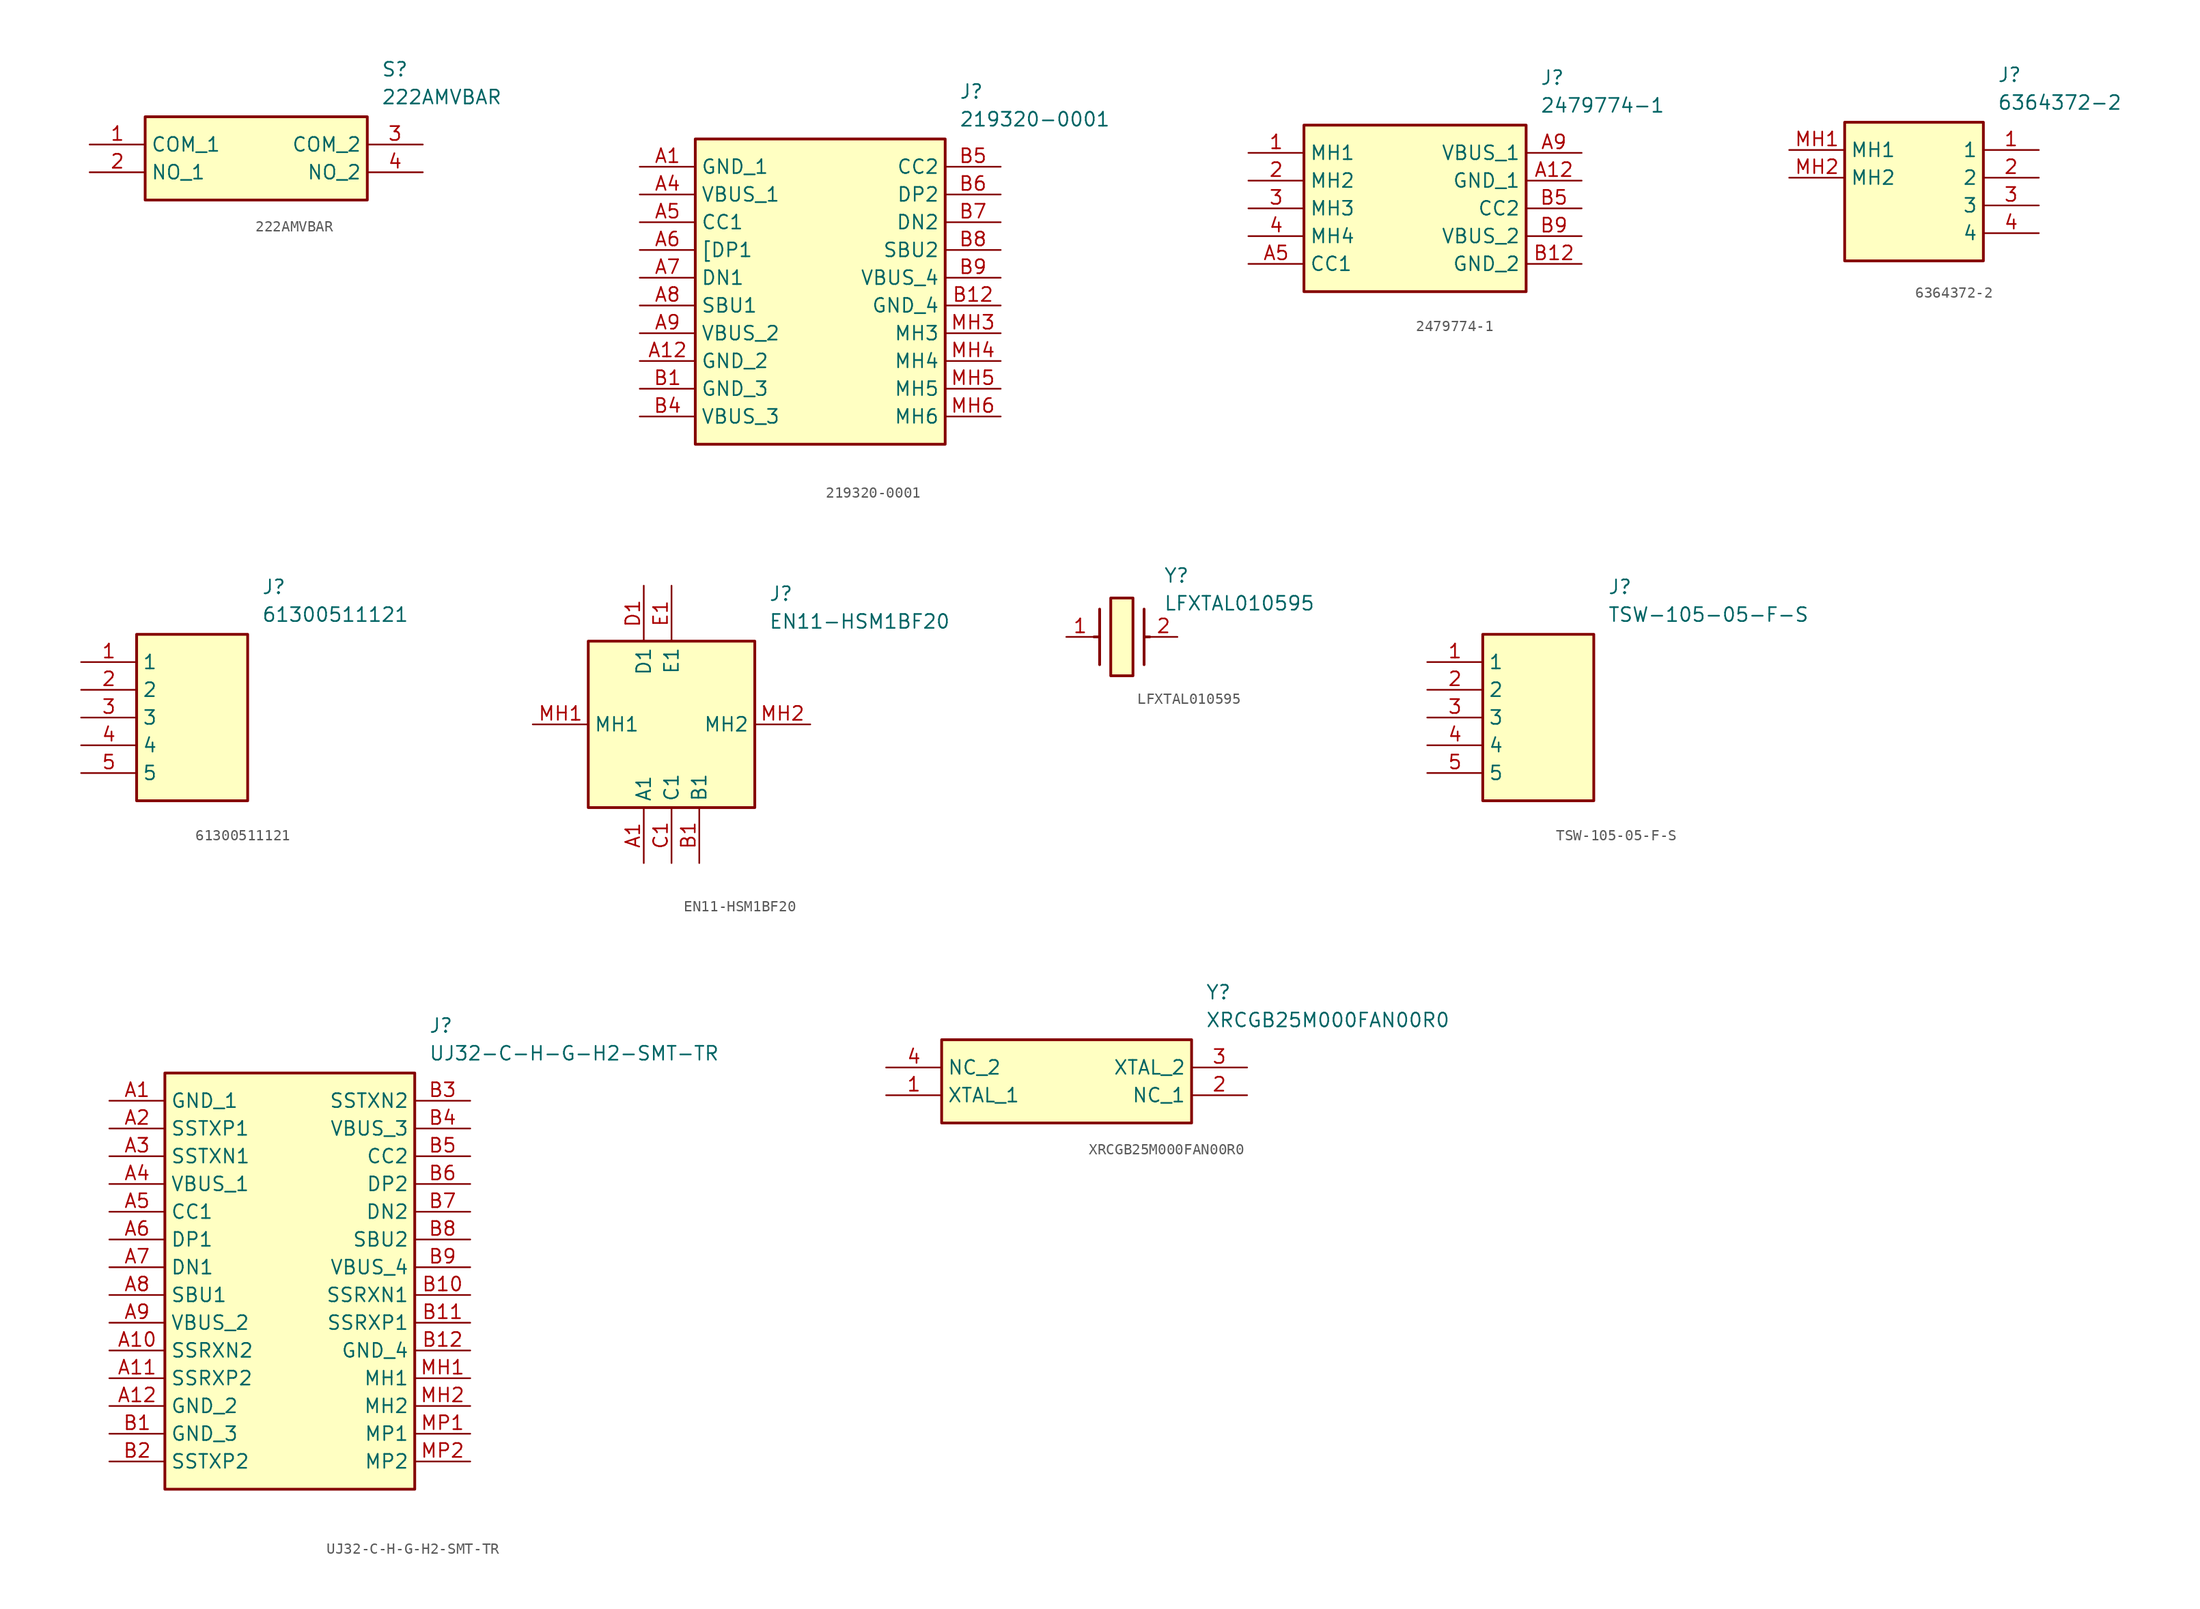
<source format=kicad_sym>
(kicad_symbol_lib
  (version 20231120)
  (generator "kicad_symbol_editor")
  (generator_version "8.0")
  (symbol "222AMVBAR"
    (property "Reference" "S"
      (at 26.67 7.62 0)
      (effects (font (size 1.27 1.27)) (justify left top)))
    (property "Value" "222AMVBAR"
      (at 26.67 5.08 0)
      (effects (font (size 1.27 1.27)) (justify left top)))
    (symbol "222AMVBAR_1_1"
      (rectangle (start 5.08 2.54) (end 25.4 -5.08) (stroke (width 0.254) (type default)) (fill (type background)))
      (pin passive line (at 0 0 0) (length 5.08) (name "COM_1" (effects (font (size 1.27 1.27)))) (number "1" (effects (font (size 1.27 1.27)))))
      (pin passive line (at 0 -2.54 0) (length 5.08) (name "NO_1" (effects (font (size 1.27 1.27)))) (number "2" (effects (font (size 1.27 1.27)))))
      (pin passive line (at 30.48 0 180) (length 5.08) (name "COM_2" (effects (font (size 1.27 1.27)))) (number "3" (effects (font (size 1.27 1.27)))))
      (pin passive line (at 30.48 -2.54 180) (length 5.08) (name "NO_2" (effects (font (size 1.27 1.27)))) (number "4" (effects (font (size 1.27 1.27)))))))
  (symbol "219320-0001"
    (property "Reference" "J"
      (at 29.21 7.62 0)
      (effects (font (size 1.27 1.27)) (justify left top)))
    (property "Value" "219320-0001"
      (at 29.21 5.08 0)
      (effects (font (size 1.27 1.27)) (justify left top)))
    (symbol "219320-0001_1_1"
      (rectangle (start 5.08 2.54) (end 27.94 -25.4) (stroke (width 0.254) (type default)) (fill (type background)))
      (pin passive line (at 0 0 0) (length 5.08) (name "GND_1" (effects (font (size 1.27 1.27)))) (number "A1" (effects (font (size 1.27 1.27)))))
      (pin passive line (at 0 -17.78 0) (length 5.08) (name "GND_2" (effects (font (size 1.27 1.27)))) (number "A12" (effects (font (size 1.27 1.27)))))
      (pin passive line (at 0 -2.54 0) (length 5.08) (name "VBUS_1" (effects (font (size 1.27 1.27)))) (number "A4" (effects (font (size 1.27 1.27)))))
      (pin passive line (at 0 -5.08 0) (length 5.08) (name "CC1" (effects (font (size 1.27 1.27)))) (number "A5" (effects (font (size 1.27 1.27)))))
      (pin passive line (at 0 -7.62 0) (length 5.08) (name "[DP1" (effects (font (size 1.27 1.27)))) (number "A6" (effects (font (size 1.27 1.27)))))
      (pin passive line (at 0 -10.16 0) (length 5.08) (name "DN1" (effects (font (size 1.27 1.27)))) (number "A7" (effects (font (size 1.27 1.27)))))
      (pin passive line (at 0 -12.7 0) (length 5.08) (name "SBU1" (effects (font (size 1.27 1.27)))) (number "A8" (effects (font (size 1.27 1.27)))))
      (pin passive line (at 0 -15.24 0) (length 5.08) (name "VBUS_2" (effects (font (size 1.27 1.27)))) (number "A9" (effects (font (size 1.27 1.27)))))
      (pin passive line (at 0 -20.32 0) (length 5.08) (name "GND_3" (effects (font (size 1.27 1.27)))) (number "B1" (effects (font (size 1.27 1.27)))))
      (pin passive line (at 33.02 -12.7 180) (length 5.08) (name "GND_4" (effects (font (size 1.27 1.27)))) (number "B12" (effects (font (size 1.27 1.27)))))
      (pin passive line (at 0 -22.86 0) (length 5.08) (name "VBUS_3" (effects (font (size 1.27 1.27)))) (number "B4" (effects (font (size 1.27 1.27)))))
      (pin passive line (at 33.02 0 180) (length 5.08) (name "CC2" (effects (font (size 1.27 1.27)))) (number "B5" (effects (font (size 1.27 1.27)))))
      (pin passive line (at 33.02 -2.54 180) (length 5.08) (name "DP2" (effects (font (size 1.27 1.27)))) (number "B6" (effects (font (size 1.27 1.27)))))
      (pin passive line (at 33.02 -5.08 180) (length 5.08) (name "DN2" (effects (font (size 1.27 1.27)))) (number "B7" (effects (font (size 1.27 1.27)))))
      (pin passive line (at 33.02 -7.62 180) (length 5.08) (name "SBU2" (effects (font (size 1.27 1.27)))) (number "B8" (effects (font (size 1.27 1.27)))))
      (pin passive line (at 33.02 -10.16 180) (length 5.08) (name "VBUS_4" (effects (font (size 1.27 1.27)))) (number "B9" (effects (font (size 1.27 1.27)))))
      (pin passive line (at 33.02 -15.24 180) (length 5.08) (name "MH3" (effects (font (size 1.27 1.27)))) (number "MH3" (effects (font (size 1.27 1.27)))))
      (pin passive line (at 33.02 -17.78 180) (length 5.08) (name "MH4" (effects (font (size 1.27 1.27)))) (number "MH4" (effects (font (size 1.27 1.27)))))
      (pin passive line (at 33.02 -20.32 180) (length 5.08) (name "MH5" (effects (font (size 1.27 1.27)))) (number "MH5" (effects (font (size 1.27 1.27)))))
      (pin passive line (at 33.02 -22.86 180) (length 5.08) (name "MH6" (effects (font (size 1.27 1.27)))) (number "MH6" (effects (font (size 1.27 1.27)))))))
  (symbol "2479774-1"
    (property "Reference" "J"
      (at 26.67 7.62 0)
      (effects (font (size 1.27 1.27)) (justify left top)))
    (property "Value" "2479774-1"
      (at 26.67 5.08 0)
      (effects (font (size 1.27 1.27)) (justify left top)))
    (symbol "2479774-1_1_1"
      (rectangle (start 5.08 2.54) (end 25.4 -12.7) (stroke (width 0.254) (type default)) (fill (type background)))
      (pin passive line (at 0 0 0) (length 5.08) (name "MH1" (effects (font (size 1.27 1.27)))) (number "1" (effects (font (size 1.27 1.27)))))
      (pin passive line (at 0 -2.54 0) (length 5.08) (name "MH2" (effects (font (size 1.27 1.27)))) (number "2" (effects (font (size 1.27 1.27)))))
      (pin passive line (at 0 -5.08 0) (length 5.08) (name "MH3" (effects (font (size 1.27 1.27)))) (number "3" (effects (font (size 1.27 1.27)))))
      (pin passive line (at 0 -7.62 0) (length 5.08) (name "MH4" (effects (font (size 1.27 1.27)))) (number "4" (effects (font (size 1.27 1.27)))))
      (pin passive line (at 30.48 -2.54 180) (length 5.08) (name "GND_1" (effects (font (size 1.27 1.27)))) (number "A12" (effects (font (size 1.27 1.27)))))
      (pin passive line (at 0 -10.16 0) (length 5.08) (name "CC1" (effects (font (size 1.27 1.27)))) (number "A5" (effects (font (size 1.27 1.27)))))
      (pin passive line (at 30.48 0 180) (length 5.08) (name "VBUS_1" (effects (font (size 1.27 1.27)))) (number "A9" (effects (font (size 1.27 1.27)))))
      (pin passive line (at 30.48 -10.16 180) (length 5.08) (name "GND_2" (effects (font (size 1.27 1.27)))) (number "B12" (effects (font (size 1.27 1.27)))))
      (pin passive line (at 30.48 -5.08 180) (length 5.08) (name "CC2" (effects (font (size 1.27 1.27)))) (number "B5" (effects (font (size 1.27 1.27)))))
      (pin passive line (at 30.48 -7.62 180) (length 5.08) (name "VBUS_2" (effects (font (size 1.27 1.27)))) (number "B9" (effects (font (size 1.27 1.27)))))))
  (symbol "6364372-2"
    (property "Reference" "J"
      (at 19.05 7.62 0)
      (effects (font (size 1.27 1.27)) (justify left top)))
    (property "Value" "6364372-2"
      (at 19.05 5.08 0)
      (effects (font (size 1.27 1.27)) (justify left top)))
    (symbol "6364372-2_1_1"
      (rectangle (start 5.08 2.54) (end 17.78 -10.16) (stroke (width 0.254) (type default)) (fill (type background)))
      (pin passive line (at 22.86 0 180) (length 5.08) (name "1" (effects (font (size 1.27 1.27)))) (number "1" (effects (font (size 1.27 1.27)))))
      (pin passive line (at 22.86 -2.54 180) (length 5.08) (name "2" (effects (font (size 1.27 1.27)))) (number "2" (effects (font (size 1.27 1.27)))))
      (pin passive line (at 22.86 -5.08 180) (length 5.08) (name "3" (effects (font (size 1.27 1.27)))) (number "3" (effects (font (size 1.27 1.27)))))
      (pin passive line (at 22.86 -7.62 180) (length 5.08) (name "4" (effects (font (size 1.27 1.27)))) (number "4" (effects (font (size 1.27 1.27)))))
      (pin passive line (at 0 0 0) (length 5.08) (name "MH1" (effects (font (size 1.27 1.27)))) (number "MH1" (effects (font (size 1.27 1.27)))))
      (pin passive line (at 0 -2.54 0) (length 5.08) (name "MH2" (effects (font (size 1.27 1.27)))) (number "MH2" (effects (font (size 1.27 1.27)))))))
  (symbol "61300511121"
    (property "Reference" "J"
      (at 16.51 7.62 0)
      (effects (font (size 1.27 1.27)) (justify left top)))
    (property "Value" "61300511121"
      (at 16.51 5.08 0)
      (effects (font (size 1.27 1.27)) (justify left top)))
    (symbol "61300511121_1_1"
      (rectangle (start 5.08 2.54) (end 15.24 -12.7) (stroke (width 0.254) (type default)) (fill (type background)))
      (pin passive line (at 0 0 0) (length 5.08) (name "1" (effects (font (size 1.27 1.27)))) (number "1" (effects (font (size 1.27 1.27)))))
      (pin passive line (at 0 -2.54 0) (length 5.08) (name "2" (effects (font (size 1.27 1.27)))) (number "2" (effects (font (size 1.27 1.27)))))
      (pin passive line (at 0 -5.08 0) (length 5.08) (name "3" (effects (font (size 1.27 1.27)))) (number "3" (effects (font (size 1.27 1.27)))))
      (pin passive line (at 0 -7.62 0) (length 5.08) (name "4" (effects (font (size 1.27 1.27)))) (number "4" (effects (font (size 1.27 1.27)))))
      (pin passive line (at 0 -10.16 0) (length 5.08) (name "5" (effects (font (size 1.27 1.27)))) (number "5" (effects (font (size 1.27 1.27)))))))
  (symbol "EN11-HSM1BF20"
    (property "Reference" "J"
      (at 21.59 12.7 0)
      (effects (font (size 1.27 1.27)) (justify left top)))
    (property "Value" "EN11-HSM1BF20"
      (at 21.59 10.16 0)
      (effects (font (size 1.27 1.27)) (justify left top)))
    (symbol "EN11-HSM1BF20_1_1"
      (rectangle (start 5.08 7.62) (end 20.32 -7.62) (stroke (width 0.254) (type default)) (fill (type background)))
      (pin passive line (at 10.16 -12.7 90) (length 5.08) (name "A1" (effects (font (size 1.27 1.27)))) (number "A1" (effects (font (size 1.27 1.27)))))
      (pin passive line (at 15.24 -12.7 90) (length 5.08) (name "B1" (effects (font (size 1.27 1.27)))) (number "B1" (effects (font (size 1.27 1.27)))))
      (pin passive line (at 12.7 -12.7 90) (length 5.08) (name "C1" (effects (font (size 1.27 1.27)))) (number "C1" (effects (font (size 1.27 1.27)))))
      (pin passive line (at 10.16 12.7 270) (length 5.08) (name "D1" (effects (font (size 1.27 1.27)))) (number "D1" (effects (font (size 1.27 1.27)))))
      (pin passive line (at 12.7 12.7 270) (length 5.08) (name "E1" (effects (font (size 1.27 1.27)))) (number "E1" (effects (font (size 1.27 1.27)))))
      (pin passive line (at 0 0 0) (length 5.08) (name "MH1" (effects (font (size 1.27 1.27)))) (number "MH1" (effects (font (size 1.27 1.27)))))
      (pin passive line (at 25.4 0 180) (length 5.08) (name "MH2" (effects (font (size 1.27 1.27)))) (number "MH2" (effects (font (size 1.27 1.27)))))))
  (symbol "LFXTAL010595"
    (pin_names hide)
    (property "Reference" "Y"
      (at 8.89 6.35 0)
      (effects (font (size 1.27 1.27)) (justify left top)))
    (property "Value" "LFXTAL010595"
      (at 8.89 3.81 0)
      (effects (font (size 1.27 1.27)) (justify left top)))
    (symbol "LFXTAL010595_1_1"
      (polyline (pts (xy 3.048 0) (xy 2.54 0)) (stroke (width 0.254) (type default)) (fill (type none)))
      (polyline (pts (xy 3.048 2.54) (xy 3.048 -2.54)) (stroke (width 0.254) (type default)) (fill (type none)))
      (polyline (pts (xy 7.112 0) (xy 7.62 0)) (stroke (width 0.254) (type default)) (fill (type none)))
      (polyline (pts (xy 7.112 2.54) (xy 7.112 -2.54)) (stroke (width 0.254) (type default)) (fill (type none)))
      (rectangle (start 4.064 3.556) (end 6.096 -3.556) (stroke (width 0.254) (type default)) (fill (type background)))
      (pin passive line (at 0 0 0) (length 2.54) (name "1" (effects (font (size 1.27 1.27)))) (number "1" (effects (font (size 1.27 1.27)))))
      (pin passive line (at 10.16 0 180) (length 2.54) (name "2" (effects (font (size 1.27 1.27)))) (number "2" (effects (font (size 1.27 1.27)))))))
  (symbol "TSW-105-05-F-S"
    (property "Reference" "J"
      (at 16.51 7.62 0)
      (effects (font (size 1.27 1.27)) (justify left top)))
    (property "Value" "TSW-105-05-F-S"
      (at 16.51 5.08 0)
      (effects (font (size 1.27 1.27)) (justify left top)))
    (symbol "TSW-105-05-F-S_1_1"
      (rectangle (start 5.08 2.54) (end 15.24 -12.7) (stroke (width 0.254) (type default)) (fill (type background)))
      (pin passive line (at 0 0 0) (length 5.08) (name "1" (effects (font (size 1.27 1.27)))) (number "1" (effects (font (size 1.27 1.27)))))
      (pin passive line (at 0 -2.54 0) (length 5.08) (name "2" (effects (font (size 1.27 1.27)))) (number "2" (effects (font (size 1.27 1.27)))))
      (pin passive line (at 0 -5.08 0) (length 5.08) (name "3" (effects (font (size 1.27 1.27)))) (number "3" (effects (font (size 1.27 1.27)))))
      (pin passive line (at 0 -7.62 0) (length 5.08) (name "4" (effects (font (size 1.27 1.27)))) (number "4" (effects (font (size 1.27 1.27)))))
      (pin passive line (at 0 -10.16 0) (length 5.08) (name "5" (effects (font (size 1.27 1.27)))) (number "5" (effects (font (size 1.27 1.27)))))))
  (symbol "UJ32-C-H-G-H2-SMT-TR"
    (property "Reference" "J"
      (at 29.21 7.62 0)
      (effects (font (size 1.27 1.27)) (justify left top)))
    (property "Value" "UJ32-C-H-G-H2-SMT-TR"
      (at 29.21 5.08 0)
      (effects (font (size 1.27 1.27)) (justify left top)))
    (symbol "UJ32-C-H-G-H2-SMT-TR_1_1"
      (rectangle (start 5.08 2.54) (end 27.94 -35.56) (stroke (width 0.254) (type default)) (fill (type background)))
      (pin passive line (at 0 0 0) (length 5.08) (name "GND_1" (effects (font (size 1.27 1.27)))) (number "A1" (effects (font (size 1.27 1.27)))))
      (pin passive line (at 0 -22.86 0) (length 5.08) (name "SSRXN2" (effects (font (size 1.27 1.27)))) (number "A10" (effects (font (size 1.27 1.27)))))
      (pin passive line (at 0 -25.4 0) (length 5.08) (name "SSRXP2" (effects (font (size 1.27 1.27)))) (number "A11" (effects (font (size 1.27 1.27)))))
      (pin passive line (at 0 -27.94 0) (length 5.08) (name "GND_2" (effects (font (size 1.27 1.27)))) (number "A12" (effects (font (size 1.27 1.27)))))
      (pin passive line (at 0 -2.54 0) (length 5.08) (name "SSTXP1" (effects (font (size 1.27 1.27)))) (number "A2" (effects (font (size 1.27 1.27)))))
      (pin passive line (at 0 -5.08 0) (length 5.08) (name "SSTXN1" (effects (font (size 1.27 1.27)))) (number "A3" (effects (font (size 1.27 1.27)))))
      (pin passive line (at 0 -7.62 0) (length 5.08) (name "VBUS_1" (effects (font (size 1.27 1.27)))) (number "A4" (effects (font (size 1.27 1.27)))))
      (pin passive line (at 0 -10.16 0) (length 5.08) (name "CC1" (effects (font (size 1.27 1.27)))) (number "A5" (effects (font (size 1.27 1.27)))))
      (pin passive line (at 0 -12.7 0) (length 5.08) (name "DP1" (effects (font (size 1.27 1.27)))) (number "A6" (effects (font (size 1.27 1.27)))))
      (pin passive line (at 0 -15.24 0) (length 5.08) (name "DN1" (effects (font (size 1.27 1.27)))) (number "A7" (effects (font (size 1.27 1.27)))))
      (pin passive line (at 0 -17.78 0) (length 5.08) (name "SBU1" (effects (font (size 1.27 1.27)))) (number "A8" (effects (font (size 1.27 1.27)))))
      (pin passive line (at 0 -20.32 0) (length 5.08) (name "VBUS_2" (effects (font (size 1.27 1.27)))) (number "A9" (effects (font (size 1.27 1.27)))))
      (pin passive line (at 0 -30.48 0) (length 5.08) (name "GND_3" (effects (font (size 1.27 1.27)))) (number "B1" (effects (font (size 1.27 1.27)))))
      (pin passive line (at 33.02 -17.78 180) (length 5.08) (name "SSRXN1" (effects (font (size 1.27 1.27)))) (number "B10" (effects (font (size 1.27 1.27)))))
      (pin passive line (at 33.02 -20.32 180) (length 5.08) (name "SSRXP1" (effects (font (size 1.27 1.27)))) (number "B11" (effects (font (size 1.27 1.27)))))
      (pin passive line (at 33.02 -22.86 180) (length 5.08) (name "GND_4" (effects (font (size 1.27 1.27)))) (number "B12" (effects (font (size 1.27 1.27)))))
      (pin passive line (at 0 -33.02 0) (length 5.08) (name "SSTXP2" (effects (font (size 1.27 1.27)))) (number "B2" (effects (font (size 1.27 1.27)))))
      (pin passive line (at 33.02 0 180) (length 5.08) (name "SSTXN2" (effects (font (size 1.27 1.27)))) (number "B3" (effects (font (size 1.27 1.27)))))
      (pin passive line (at 33.02 -2.54 180) (length 5.08) (name "VBUS_3" (effects (font (size 1.27 1.27)))) (number "B4" (effects (font (size 1.27 1.27)))))
      (pin passive line (at 33.02 -5.08 180) (length 5.08) (name "CC2" (effects (font (size 1.27 1.27)))) (number "B5" (effects (font (size 1.27 1.27)))))
      (pin passive line (at 33.02 -7.62 180) (length 5.08) (name "DP2" (effects (font (size 1.27 1.27)))) (number "B6" (effects (font (size 1.27 1.27)))))
      (pin passive line (at 33.02 -10.16 180) (length 5.08) (name "DN2" (effects (font (size 1.27 1.27)))) (number "B7" (effects (font (size 1.27 1.27)))))
      (pin passive line (at 33.02 -12.7 180) (length 5.08) (name "SBU2" (effects (font (size 1.27 1.27)))) (number "B8" (effects (font (size 1.27 1.27)))))
      (pin passive line (at 33.02 -15.24 180) (length 5.08) (name "VBUS_4" (effects (font (size 1.27 1.27)))) (number "B9" (effects (font (size 1.27 1.27)))))
      (pin passive line (at 33.02 -25.4 180) (length 5.08) (name "MH1" (effects (font (size 1.27 1.27)))) (number "MH1" (effects (font (size 1.27 1.27)))))
      (pin passive line (at 33.02 -27.94 180) (length 5.08) (name "MH2" (effects (font (size 1.27 1.27)))) (number "MH2" (effects (font (size 1.27 1.27)))))
      (pin passive line (at 33.02 -30.48 180) (length 5.08) (name "MP1" (effects (font (size 1.27 1.27)))) (number "MP1" (effects (font (size 1.27 1.27)))))
      (pin passive line (at 33.02 -33.02 180) (length 5.08) (name "MP2" (effects (font (size 1.27 1.27)))) (number "MP2" (effects (font (size 1.27 1.27)))))))
  (symbol "XRCGB25M000FAN00R0"
    (property "Reference" "Y"
      (at 29.21 7.62 0)
      (effects (font (size 1.27 1.27)) (justify left top)))
    (property "Value" "XRCGB25M000FAN00R0"
      (at 29.21 5.08 0)
      (effects (font (size 1.27 1.27)) (justify left top)))
    (symbol "XRCGB25M000FAN00R0_1_1"
      (rectangle (start 5.08 2.54) (end 27.94 -5.08) (stroke (width 0.254) (type default)) (fill (type background)))
      (pin passive line (at 0 -2.54 0) (length 5.08) (name "XTAL_1" (effects (font (size 1.27 1.27)))) (number "1" (effects (font (size 1.27 1.27)))))
      (pin passive line (at 33.02 -2.54 180) (length 5.08) (name "NC_1" (effects (font (size 1.27 1.27)))) (number "2" (effects (font (size 1.27 1.27)))))
      (pin passive line (at 33.02 0 180) (length 5.08) (name "XTAL_2" (effects (font (size 1.27 1.27)))) (number "3" (effects (font (size 1.27 1.27)))))
      (pin passive line (at 0 0 0) (length 5.08) (name "NC_2" (effects (font (size 1.27 1.27)))) (number "4" (effects (font (size 1.27 1.27))))))))
</source>
